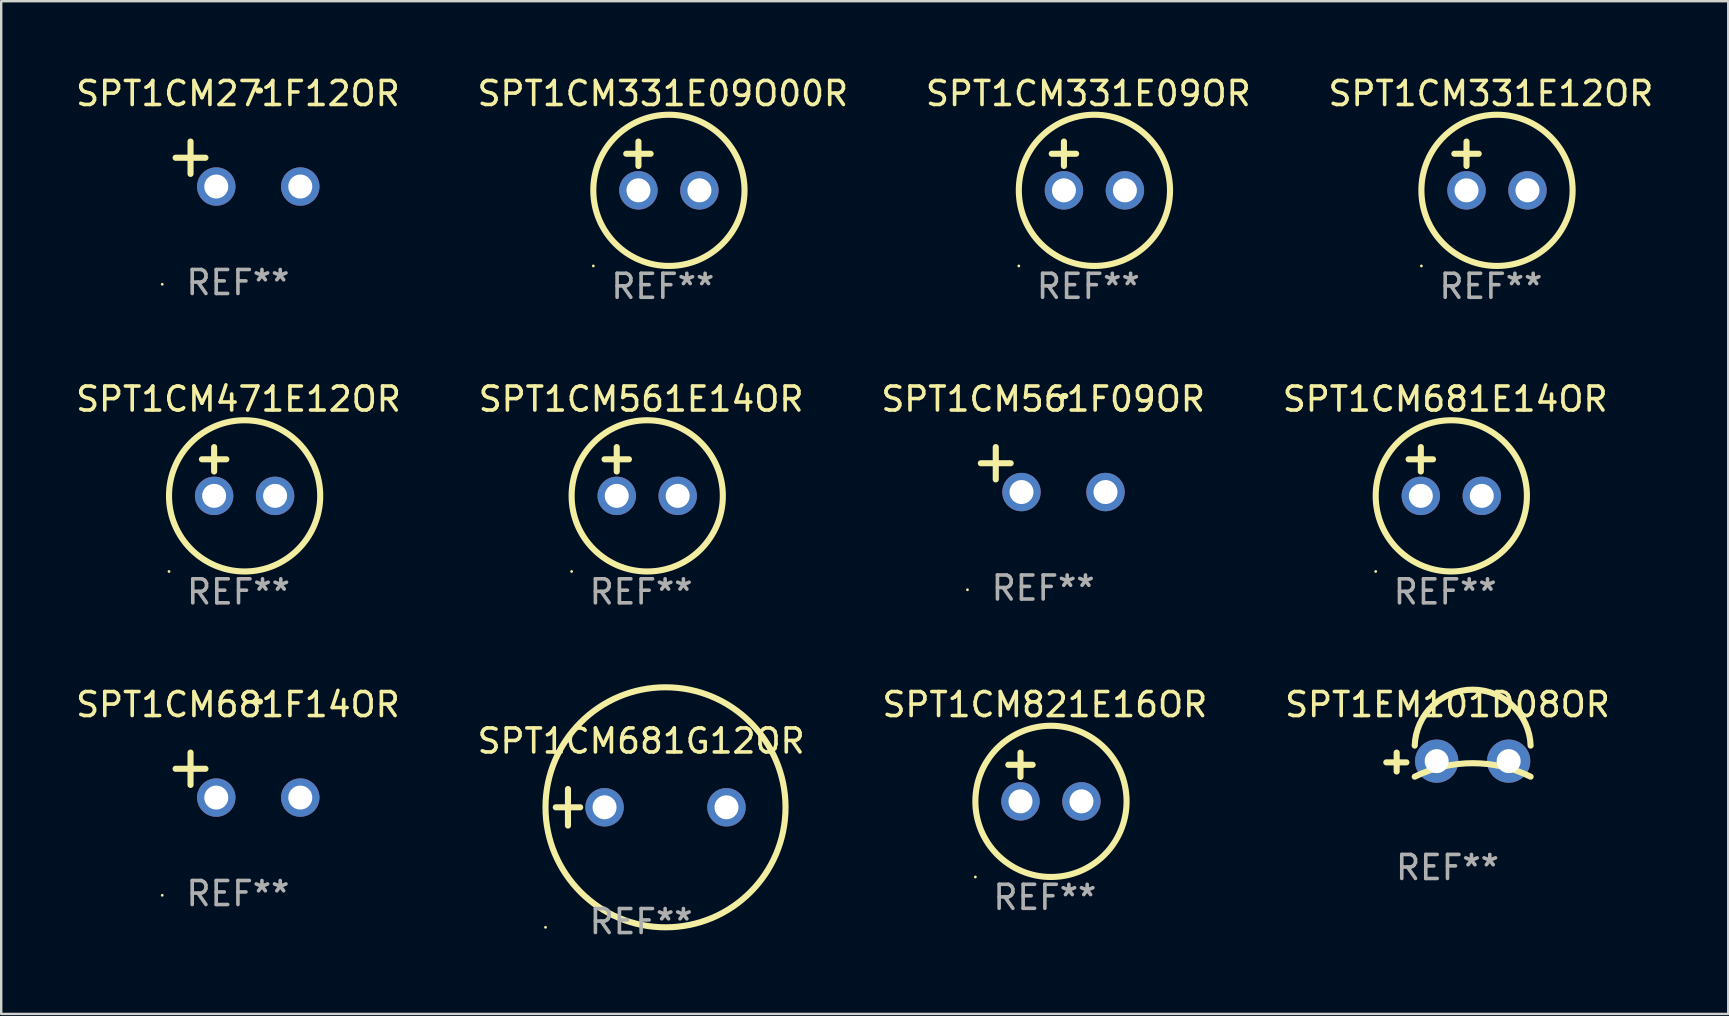
<source format=kicad_pcb>
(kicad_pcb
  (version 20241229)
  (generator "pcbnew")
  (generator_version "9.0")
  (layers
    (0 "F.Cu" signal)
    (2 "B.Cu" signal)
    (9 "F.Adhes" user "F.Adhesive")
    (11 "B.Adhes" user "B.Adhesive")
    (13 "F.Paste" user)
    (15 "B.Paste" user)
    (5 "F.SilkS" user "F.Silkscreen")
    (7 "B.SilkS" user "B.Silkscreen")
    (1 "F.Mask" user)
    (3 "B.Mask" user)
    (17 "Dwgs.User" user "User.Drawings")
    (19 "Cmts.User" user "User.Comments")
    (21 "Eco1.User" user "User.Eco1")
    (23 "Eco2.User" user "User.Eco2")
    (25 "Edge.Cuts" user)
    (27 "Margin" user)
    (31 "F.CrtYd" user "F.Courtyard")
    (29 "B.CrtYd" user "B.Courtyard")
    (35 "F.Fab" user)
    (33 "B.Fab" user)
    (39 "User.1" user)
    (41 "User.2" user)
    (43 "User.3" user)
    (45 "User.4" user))
  (footprint "SPT1CM331E09OR"
    (layer "F.Cu")
    (at 42.292 3.864)
    (property "Reference" "SPT1CM331E09OR" (at 0 -3.016 0) (layer "F.SilkS") (effects (font (size 1 1) (thickness 0.15))))
    (attr through_hole)
    (fp_line (start -1.524 -0.508) (end -0.508 -0.508) (stroke (width 0.254) (type solid)) (layer "F.SilkS"))
    (fp_line (start -1.016 -1.016) (end -1.016 0) (stroke (width 0.254) (type solid)) (layer "F.SilkS"))
    (fp_circle (center -2.896 4.166) (end -2.866 4.166) (stroke (width 0.06) (type solid)) (fill no) (layer "F.SilkS"))
    (fp_circle (center 0.254 1.016) (end 3.404 1.016) (stroke (width 0.254) (type solid)) (fill no) (layer "F.SilkS"))
    (fp_text user "REF**" (at 0 5.016 0) (layer "F.Fab") (effects (font (size 1 1) (thickness 0.15))))
    (pad "1" thru_hole circle (at -1.016 1.016) (size 1.6 1.6) (drill 1) (layers "*.Cu" "*.Mask"))
    (pad "2" thru_hole circle (at 1.524 1.016) (size 1.6 1.6) (drill 1) (layers "*.Cu" "*.Mask")))
  (footprint "SPT1CM331E12OR"
    (layer "F.Cu")
    (at 59.065 3.864)
    (property "Reference" "SPT1CM331E12OR" (at 0 -3.016 0) (layer "F.SilkS") (effects (font (size 1 1) (thickness 0.15))))
    (attr through_hole)
    (fp_line (start -1.524 -0.508) (end -0.508 -0.508) (stroke (width 0.254) (type solid)) (layer "F.SilkS"))
    (fp_line (start -1.016 -1.016) (end -1.016 0) (stroke (width 0.254) (type solid)) (layer "F.SilkS"))
    (fp_circle (center -2.896 4.166) (end -2.866 4.166) (stroke (width 0.06) (type solid)) (fill no) (layer "F.SilkS"))
    (fp_circle (center 0.254 1.016) (end 3.404 1.016) (stroke (width 0.254) (type solid)) (fill no) (layer "F.SilkS"))
    (fp_text user "REF**" (at 0 5.016 0) (layer "F.Fab") (effects (font (size 1 1) (thickness 0.15))))
    (pad "1" thru_hole circle (at -1.016 1.016) (size 1.6 1.6) (drill 1) (layers "*.Cu" "*.Mask"))
    (pad "2" thru_hole circle (at 1.524 1.016) (size 1.6 1.6) (drill 1) (layers "*.Cu" "*.Mask")))
  (footprint "SPT1CM561F09OR"
    (layer "F.Cu")
    (at 40.411 16.513)
    (property "Reference" "SPT1CM561F09OR" (at 0 -2.937 0) (layer "F.SilkS") (effects (font (size 1 1) (thickness 0.15))))
    (attr through_hole)
    (fp_line (start -1.975 0.41) (end -1.975 -0.937) (stroke (width 0.254) (type solid)) (layer "F.SilkS"))
    (fp_line (start -1.353 -0.263) (end -2.597 -0.263) (stroke (width 0.254) (type solid)) (layer "F.SilkS"))
    (fp_arc (start 0.849809 -3.063957) (mid 0.885369 -3.064114) (end 0.920929 -3.063957) (stroke (width 0.254001) (type solid)) (layer "F.SilkS"))
    (fp_circle (center -3.154 5.008) (end -3.124 5.008) (stroke (width 0.06) (type solid)) (fill no) (layer "F.SilkS"))
    (fp_text user "REF**" (at 0 4.937 0) (layer "F.Fab") (effects (font (size 1 1) (thickness 0.15))))
    (pad "1" thru_hole circle (at -0.903 0.937) (size 1.6 1.6) (drill 1) (layers "*.Cu" "*.Mask"))
    (pad "2" thru_hole circle (at 2.597 0.937) (size 1.6 1.6) (drill 1) (layers "*.Cu" "*.Mask")))
  (footprint "SPT1CM471E12OR"
    (layer "F.Cu")
    (at 6.887 16.593)
    (property "Reference" "SPT1CM471E12OR" (at 0 -3.016 0) (layer "F.SilkS") (effects (font (size 1 1) (thickness 0.15))))
    (attr through_hole)
    (fp_line (start -1.524 -0.508) (end -0.508 -0.508) (stroke (width 0.254) (type solid)) (layer "F.SilkS"))
    (fp_line (start -1.016 -1.016) (end -1.016 0) (stroke (width 0.254) (type solid)) (layer "F.SilkS"))
    (fp_circle (center -2.896 4.166) (end -2.866 4.166) (stroke (width 0.06) (type solid)) (fill no) (layer "F.SilkS"))
    (fp_circle (center 0.254 1.016) (end 3.404 1.016) (stroke (width 0.254) (type solid)) (fill no) (layer "F.SilkS"))
    (fp_text user "REF**" (at 0 5.016 0) (layer "F.Fab") (effects (font (size 1 1) (thickness 0.15))))
    (pad "1" thru_hole circle (at -1.016 1.016) (size 1.6 1.6) (drill 1) (layers "*.Cu" "*.Mask"))
    (pad "2" thru_hole circle (at 1.524 1.016) (size 1.6 1.6) (drill 1) (layers "*.Cu" "*.Mask")))
  (footprint "SPT1CM821E16OR"
    (layer "F.Cu")
    (at 40.482 29.321)
    (property "Reference" "SPT1CM821E16OR" (at 0 -3.016 0) (layer "F.SilkS") (effects (font (size 1 1) (thickness 0.15))))
    (attr through_hole)
    (fp_line (start -1.524 -0.508) (end -0.508 -0.508) (stroke (width 0.254) (type solid)) (layer "F.SilkS"))
    (fp_line (start -1.016 -1.016) (end -1.016 0) (stroke (width 0.254) (type solid)) (layer "F.SilkS"))
    (fp_circle (center -2.896 4.166) (end -2.866 4.166) (stroke (width 0.06) (type solid)) (fill no) (layer "F.SilkS"))
    (fp_circle (center 0.254 1.016) (end 3.404 1.016) (stroke (width 0.254) (type solid)) (fill no) (layer "F.SilkS"))
    (fp_text user "REF**" (at 0 5.016 0) (layer "F.Fab") (effects (font (size 1 1) (thickness 0.15))))
    (pad "1" thru_hole circle (at -1.016 1.016) (size 1.6 1.6) (drill 1) (layers "*.Cu" "*.Mask"))
    (pad "2" thru_hole circle (at 1.524 1.016) (size 1.6 1.6) (drill 1) (layers "*.Cu" "*.Mask")))
  (footprint "SPT1CM561E14OR"
    (layer "F.Cu")
    (at 23.661 16.593)
    (property "Reference" "SPT1CM561E14OR" (at 0 -3.016 0) (layer "F.SilkS") (effects (font (size 1 1) (thickness 0.15))))
    (attr through_hole)
    (fp_line (start -1.524 -0.508) (end -0.508 -0.508) (stroke (width 0.254) (type solid)) (layer "F.SilkS"))
    (fp_line (start -1.016 -1.016) (end -1.016 0) (stroke (width 0.254) (type solid)) (layer "F.SilkS"))
    (fp_circle (center -2.896 4.166) (end -2.866 4.166) (stroke (width 0.06) (type solid)) (fill no) (layer "F.SilkS"))
    (fp_circle (center 0.254 1.016) (end 3.404 1.016) (stroke (width 0.254) (type solid)) (fill no) (layer "F.SilkS"))
    (fp_text user "REF**" (at 0 5.016 0) (layer "F.Fab") (effects (font (size 1 1) (thickness 0.15))))
    (pad "1" thru_hole circle (at -1.016 1.016) (size 1.6 1.6) (drill 1) (layers "*.Cu" "*.Mask"))
    (pad "2" thru_hole circle (at 1.524 1.016) (size 1.6 1.6) (drill 1) (layers "*.Cu" "*.Mask")))
  (footprint "SPT1CM331E09O00R"
    (layer "F.Cu")
    (at 24.565 3.864)
    (property "Reference" "SPT1CM331E09O00R" (at 0 -3.016 0) (layer "F.SilkS") (effects (font (size 1 1) (thickness 0.15))))
    (attr through_hole)
    (fp_line (start -1.524 -0.508) (end -0.508 -0.508) (stroke (width 0.254) (type solid)) (layer "F.SilkS"))
    (fp_line (start -1.016 -1.016) (end -1.016 0) (stroke (width 0.254) (type solid)) (layer "F.SilkS"))
    (fp_circle (center -2.896 4.166) (end -2.866 4.166) (stroke (width 0.06) (type solid)) (fill no) (layer "F.SilkS"))
    (fp_circle (center 0.254 1.016) (end 3.404 1.016) (stroke (width 0.254) (type solid)) (fill no) (layer "F.SilkS"))
    (fp_text user "REF**" (at 0 5.016 0) (layer "F.Fab") (effects (font (size 1 1) (thickness 0.15))))
    (pad "1" thru_hole circle (at -1.016 1.016) (size 1.6 1.6) (drill 1) (layers "*.Cu" "*.Mask"))
    (pad "2" thru_hole circle (at 1.524 1.016) (size 1.6 1.6) (drill 1) (layers "*.Cu" "*.Mask")))
  (footprint "SPT1CM681F14OR"
    (layer "F.Cu")
    (at 6.863 29.242)
    (property "Reference" "SPT1CM681F14OR" (at 0 -2.937 0) (layer "F.SilkS") (effects (font (size 1 1) (thickness 0.15))))
    (attr through_hole)
    (fp_line (start -1.975 0.41) (end -1.975 -0.937) (stroke (width 0.254) (type solid)) (layer "F.SilkS"))
    (fp_line (start -1.353 -0.263) (end -2.597 -0.263) (stroke (width 0.254) (type solid)) (layer "F.SilkS"))
    (fp_arc (start 0.849809 -3.063957) (mid 0.885369 -3.064114) (end 0.920929 -3.063957) (stroke (width 0.254001) (type solid)) (layer "F.SilkS"))
    (fp_circle (center -3.154 5.008) (end -3.124 5.008) (stroke (width 0.06) (type solid)) (fill no) (layer "F.SilkS"))
    (fp_text user "REF**" (at 0 4.937 0) (layer "F.Fab") (effects (font (size 1 1) (thickness 0.15))))
    (pad "1" thru_hole circle (at -0.903 0.937) (size 1.6 1.6) (drill 1) (layers "*.Cu" "*.Mask"))
    (pad "2" thru_hole circle (at 2.597 0.937) (size 1.6 1.6) (drill 1) (layers "*.Cu" "*.Mask")))
  (footprint "SPT1CM681E14OR"
    (layer "F.Cu")
    (at 57.161 16.593)
    (property "Reference" "SPT1CM681E14OR" (at 0 -3.016 0) (layer "F.SilkS") (effects (font (size 1 1) (thickness 0.15))))
    (attr through_hole)
    (fp_line (start -1.524 -0.508) (end -0.508 -0.508) (stroke (width 0.254) (type solid)) (layer "F.SilkS"))
    (fp_line (start -1.016 -1.016) (end -1.016 0) (stroke (width 0.254) (type solid)) (layer "F.SilkS"))
    (fp_circle (center -2.896 4.166) (end -2.866 4.166) (stroke (width 0.06) (type solid)) (fill no) (layer "F.SilkS"))
    (fp_circle (center 0.254 1.016) (end 3.404 1.016) (stroke (width 0.254) (type solid)) (fill no) (layer "F.SilkS"))
    (fp_text user "REF**" (at 0 5.016 0) (layer "F.Fab") (effects (font (size 1 1) (thickness 0.15))))
    (pad "1" thru_hole circle (at -1.016 1.016) (size 1.6 1.6) (drill 1) (layers "*.Cu" "*.Mask"))
    (pad "2" thru_hole circle (at 1.524 1.016) (size 1.6 1.6) (drill 1) (layers "*.Cu" "*.Mask")))
  (footprint "SPT1CM681G12OR"
    (layer "F.Cu")
    (at 23.661 30.584)
    (property "Reference" "SPT1CM681G12OR" (at 0 -2.762 0) (layer "F.SilkS") (effects (font (size 1 1) (thickness 0.15))))
    (attr through_hole)
    (fp_line (start -3.556 0) (end -2.54 0) (stroke (width 0.254) (type solid)) (layer "F.SilkS"))
    (fp_line (start -3.048 -0.762) (end -3.048 0.762) (stroke (width 0.254) (type solid)) (layer "F.SilkS"))
    (fp_circle (center -3.984 5) (end -3.954 5) (stroke (width 0.06) (type solid)) (fill no) (layer "F.SilkS"))
    (fp_circle (center 1.016 0) (end 6.016 0) (stroke (width 0.254) (type solid)) (fill no) (layer "F.SilkS"))
    (fp_text user "REF**" (at 0 4.762 0) (layer "F.Fab") (effects (font (size 1 1) (thickness 0.15))))
    (pad "1" thru_hole circle (at -1.524 0) (size 1.6 1.6) (drill 1) (layers "*.Cu" "*.Mask"))
    (pad "2" thru_hole circle (at 3.556 0) (size 1.6 1.6) (drill 1) (layers "*.Cu" "*.Mask")))
  (footprint "SPT1EM101D08OR"
    (layer "F.Cu")
    (at 57.256 28.699)
    (property "Reference" "SPT1EM101D08OR" (at 0 -2.394 0) (layer "F.SilkS") (effects (font (size 1 1) (thickness 0.15))))
    (attr through_hole)
    (fp_line (start -2.117 0.394) (end -2.117 -0.394) (stroke (width 0.254) (type solid)) (layer "F.SilkS"))
    (fp_line (start -1.711 0.013) (end -2.549 0.013) (stroke (width 0.254) (type solid)) (layer "F.SilkS"))
    (fp_arc (start -1.366193 0.608941) (mid 1.048615 0.047743) (end 3.463424 0.60894) (stroke (width 0.254001) (type solid)) (layer "F.SilkS"))
    (fp_arc (start -1.366192 -0.685141) (mid 1.048616 -3.016259) (end 3.463424 -0.685141) (stroke (width 0.254001) (type solid)) (layer "F.SilkS"))
    (fp_circle (center -2.676 -2.538) (end -2.646 -2.538) (stroke (width 0.06) (type solid)) (fill no) (layer "F.SilkS"))
    (fp_text user "REF**" (at 0 4.394 0) (layer "F.Fab") (effects (font (size 1 1) (thickness 0.15))))
    (pad "1" thru_hole circle (at -0.451 -0.038) (size 1.8 1.8) (drill 1) (layers "*.Cu" "*.Mask"))
    (pad "2" thru_hole circle (at 2.549 -0.038) (size 1.8 1.8) (drill 1) (layers "*.Cu" "*.Mask")))
  (footprint "SPT1CM271F12OR"
    (layer "F.Cu")
    (at 6.863 3.785)
    (property "Reference" "SPT1CM271F12OR" (at 0 -2.937 0) (layer "F.SilkS") (effects (font (size 1 1) (thickness 0.15))))
    (attr through_hole)
    (fp_line (start -1.975 0.41) (end -1.975 -0.937) (stroke (width 0.254) (type solid)) (layer "F.SilkS"))
    (fp_line (start -1.353 -0.263) (end -2.597 -0.263) (stroke (width 0.254) (type solid)) (layer "F.SilkS"))
    (fp_arc (start 0.849809 -3.063957) (mid 0.885369 -3.064114) (end 0.920929 -3.063957) (stroke (width 0.254001) (type solid)) (layer "F.SilkS"))
    (fp_circle (center -3.154 5.008) (end -3.124 5.008) (stroke (width 0.06) (type solid)) (fill no) (layer "F.SilkS"))
    (fp_text user "REF**" (at 0 4.937 0) (layer "F.Fab") (effects (font (size 1 1) (thickness 0.15))))
    (pad "1" thru_hole circle (at -0.903 0.937) (size 1.6 1.6) (drill 1) (layers "*.Cu" "*.Mask"))
    (pad "2" thru_hole circle (at 2.597 0.937) (size 1.6 1.6) (drill 1) (layers "*.Cu" "*.Mask")))
  (gr_rect
    (start -3 -3)
    (end 68.952 39.194)
    (stroke (width 0.1) (type default))
    (fill no)
    (layer "Edge.Cuts")))
</source>
